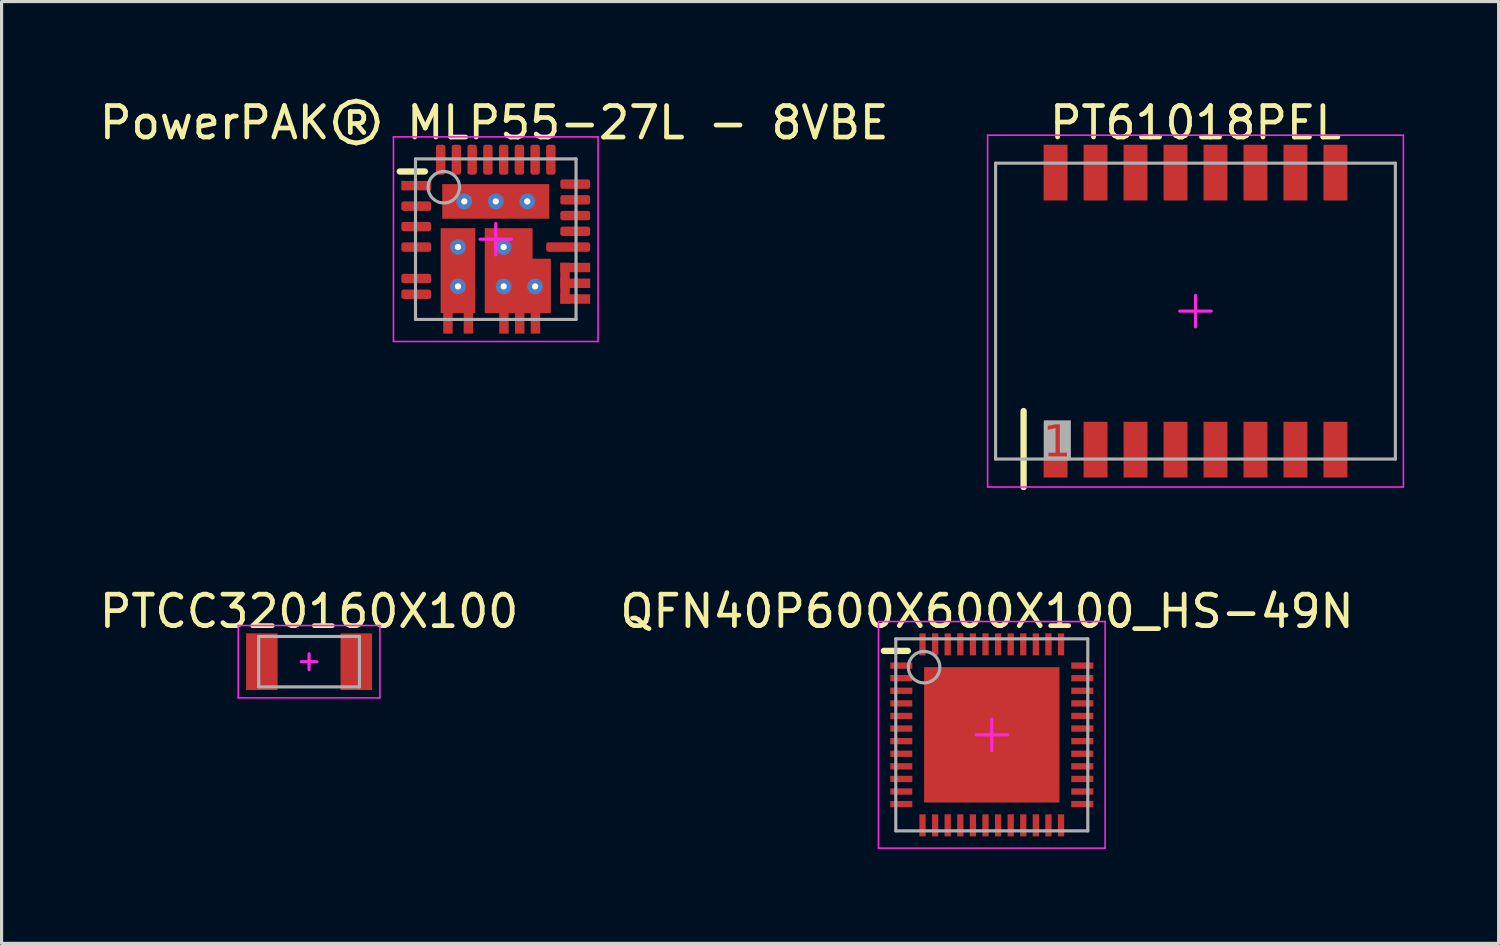
<source format=kicad_pcb>
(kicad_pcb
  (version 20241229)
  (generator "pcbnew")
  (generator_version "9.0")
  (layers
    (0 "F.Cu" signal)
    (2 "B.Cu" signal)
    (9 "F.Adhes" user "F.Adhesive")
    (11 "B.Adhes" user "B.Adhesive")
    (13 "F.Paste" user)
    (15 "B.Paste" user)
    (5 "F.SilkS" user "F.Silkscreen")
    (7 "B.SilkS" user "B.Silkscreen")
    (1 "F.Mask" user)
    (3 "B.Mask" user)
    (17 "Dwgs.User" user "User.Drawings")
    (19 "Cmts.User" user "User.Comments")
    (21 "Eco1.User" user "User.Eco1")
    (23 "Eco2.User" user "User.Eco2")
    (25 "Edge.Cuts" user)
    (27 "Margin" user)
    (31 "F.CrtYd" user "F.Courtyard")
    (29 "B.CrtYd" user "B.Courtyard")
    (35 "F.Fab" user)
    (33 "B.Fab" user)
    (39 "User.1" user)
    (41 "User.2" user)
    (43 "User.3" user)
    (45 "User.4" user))
  (footprint "PT61018PEL"
    (layer "F.Cu")
    (at 34.927 6.833)
    (property "Reference" "PT61018PEL" (at 0 -5.985 0) (layer "F.SilkS") (effects (font (size 1 1) (thickness 0.15))))
    (fp_line (start -5.461 5.588) (end -5.461 3.175) (stroke (width 0.2) (type solid)) (layer "F.SilkS"))
    (fp_line (start -6.604 -5.588) (end 6.604 -5.588) (stroke (width 0.05) (type solid)) (layer "F.CrtYd"))
    (fp_line (start -6.604 5.588) (end -6.604 -5.588) (stroke (width 0.05) (type solid)) (layer "F.CrtYd"))
    (fp_line (start -6.604 5.588) (end 6.604 5.588) (stroke (width 0.05) (type solid)) (layer "F.CrtYd"))
    (fp_line (start -0.5 0) (end 0.5 0) (stroke (width 0.1) (type solid)) (layer "F.CrtYd"))
    (fp_line (start 0 0.5) (end 0 -0.5) (stroke (width 0.1) (type solid)) (layer "F.CrtYd"))
    (fp_line (start 6.604 5.588) (end 6.604 -5.588) (stroke (width 0.05) (type solid)) (layer "F.CrtYd"))
    (fp_line (start -6.35 -4.699) (end 6.35 -4.699) (stroke (width 0.1) (type solid)) (layer "F.Fab"))
    (fp_line (start -6.35 4.699) (end -6.35 -4.699) (stroke (width 0.1) (type solid)) (layer "F.Fab"))
    (fp_line (start -6.35 4.699) (end 6.35 4.699) (stroke (width 0.1) (type solid)) (layer "F.Fab"))
    (fp_line (start 6.35 4.699) (end 6.35 -4.699) (stroke (width 0.1) (type solid)) (layer "F.Fab"))
    (fp_text user "1" (at -4.4 4.2 0) (unlocked yes) (layer "F.Fab" knockout) (effects (font (face "Arial") (size 1 1) (thickness 0.254))))
    (pad "1" smd rect (at -4.445 4.4) (size 0.76 1.77) (layers "F.Cu" "F.Mask" "F.Paste"))
    (pad "2" smd rect (at -3.175 4.4) (size 0.76 1.77) (layers "F.Cu" "F.Mask" "F.Paste"))
    (pad "3" smd rect (at -1.905 4.4) (size 0.76 1.77) (layers "F.Cu" "F.Mask" "F.Paste"))
    (pad "4" smd rect (at -0.635 4.4) (size 0.76 1.77) (layers "F.Cu" "F.Mask" "F.Paste"))
    (pad "5" smd rect (at 0.635 4.4) (size 0.76 1.77) (layers "F.Cu" "F.Mask" "F.Paste"))
    (pad "6" smd rect (at 1.905 4.4) (size 0.76 1.77) (layers "F.Cu" "F.Mask" "F.Paste"))
    (pad "7" smd rect (at 3.175 4.4) (size 0.76 1.77) (layers "F.Cu" "F.Mask" "F.Paste"))
    (pad "8" smd rect (at 4.445 4.4) (size 0.76 1.77) (layers "F.Cu" "F.Mask" "F.Paste"))
    (pad "9" smd rect (at 4.445 -4.4 180) (size 0.76 1.77) (layers "F.Cu" "F.Mask" "F.Paste"))
    (pad "10" smd rect (at 3.175 -4.4 180) (size 0.76 1.77) (layers "F.Cu" "F.Mask" "F.Paste"))
    (pad "11" smd rect (at 1.905 -4.4 180) (size 0.76 1.77) (layers "F.Cu" "F.Mask" "F.Paste"))
    (pad "12" smd rect (at 0.635 -4.4 180) (size 0.76 1.77) (layers "F.Cu" "F.Mask" "F.Paste"))
    (pad "13" smd rect (at -0.635 -4.4 180) (size 0.76 1.77) (layers "F.Cu" "F.Mask" "F.Paste"))
    (pad "14" smd rect (at -1.905 -4.4 180) (size 0.76 1.77) (layers "F.Cu" "F.Mask" "F.Paste"))
    (pad "15" smd rect (at -3.175 -4.4 180) (size 0.76 1.77) (layers "F.Cu" "F.Mask" "F.Paste"))
    (pad "16" smd rect (at -4.445 -4.4 180) (size 0.76 1.77) (layers "F.Cu" "F.Mask" "F.Paste")))
  (footprint "PowerPAK® MLP55-27L - 8VBE"
    (layer "F.Cu")
    (at 12.699 4.548)
    (property "Reference" "PowerPAK® MLP55-27L - 8VBE" (at -0.05 -3.7 0) (layer "F.SilkS") (effects (font (size 1 1) (thickness 0.15))))
    (fp_rect (start 1.974 2.05) (end 3.05 0.7) (stroke (width 0) (type default)) (fill yes) (layer "F.Mask"))
    (fp_poly (pts (xy 1.827 0.547) (xy 1.2 0.547) (xy 1.2 2.413) (xy 1.827 2.413)) (stroke (width 0) (type default)) (fill yes) (layer "F.Mask"))
    (fp_line (start -3.05 -2.15) (end -2.25 -2.15) (stroke (width 0.2) (type solid)) (layer "F.SilkS"))
    (fp_rect (start 2.05 1.95) (end 2.35 0.75) (stroke (width 0) (type default)) (fill yes) (layer "F.Paste"))
    (fp_poly (pts (xy -1.75 -0.35) (xy -1.28 -0.35) (xy -1.28 0.17) (xy -1.75 0.17)) (stroke (width 0) (type default)) (fill yes) (layer "F.Paste"))
    (fp_poly (pts (xy -1.75 1.4) (xy -1.75 0.33) (xy -1.28 0.33) (xy -1.28 1.4)) (stroke (width 0) (type default)) (fill yes) (layer "F.Paste"))
    (fp_poly (pts (xy -1.75 2.35) (xy -1.28 2.35) (xy -1.28 1.58) (xy -1.75 1.58)) (stroke (width 0) (type default)) (fill yes) (layer "F.Paste"))
    (fp_poly (pts (xy -0.92 -1.28) (xy -0.92 -1.75) (xy -0.08 -1.75) (xy -0.08 -1.28)) (stroke (width 0) (type default)) (fill yes) (layer "F.Paste"))
    (fp_poly (pts (xy -0.92 -1.12) (xy -0.92 -0.65) (xy -0.08 -0.65) (xy -0.08 -1.12)) (stroke (width 0) (type default)) (fill yes) (layer "F.Paste"))
    (fp_poly (pts (xy -0.65 -0.35) (xy -1.12 -0.35) (xy -1.12 0.17) (xy -0.65 0.17)) (stroke (width 0) (type default)) (fill yes) (layer "F.Paste"))
    (fp_poly (pts (xy -0.65 1.4) (xy -0.65 0.33) (xy -1.12 0.33) (xy -1.12 1.4)) (stroke (width 0) (type default)) (fill yes) (layer "F.Paste"))
    (fp_poly (pts (xy -0.65 2.35) (xy -1.12 2.35) (xy -1.12 1.58) (xy -0.65 1.58)) (stroke (width 0) (type default)) (fill yes) (layer "F.Paste"))
    (fp_poly (pts (xy -0.35 -0.35) (xy 0.17 -0.35) (xy 0.17 0.17) (xy -0.35 0.17)) (stroke (width 0) (type default)) (fill yes) (layer "F.Paste"))
    (fp_poly (pts (xy -0.35 2.35) (xy 1.75 2.35) (xy 1.75 1.6) (xy -0.35 1.6)) (stroke (width 0) (type default)) (fill yes) (layer "F.Paste"))
    (fp_poly (pts (xy 0.17 0.32) (xy -0.346 0.32) (xy -0.346 1.42) (xy 0.17 1.42)) (stroke (width 0) (type default)) (fill yes) (layer "F.Paste"))
    (fp_poly (pts (xy 0.33 1.42) (xy 0.33 0.32) (xy 1.167 0.32) (xy 1.167 1.42)) (stroke (width 0) (type default)) (fill yes) (layer "F.Paste"))
    (fp_poly (pts (xy 0.92 -1.28) (xy 0.92 -1.75) (xy 0.08 -1.75) (xy 0.08 -1.28)) (stroke (width 0) (type default)) (fill yes) (layer "F.Paste"))
    (fp_poly (pts (xy 0.92 -1.12) (xy 0.92 -0.65) (xy 0.08 -0.65) (xy 0.08 -1.12)) (stroke (width 0) (type default)) (fill yes) (layer "F.Paste"))
    (fp_poly (pts (xy 1.169 -0.35) (xy 0.33 -0.35) (xy 0.33 0.17) (xy 1.169 0.17)) (stroke (width 0) (type default)) (fill yes) (layer "F.Paste"))
    (fp_poly (pts (xy 1.75 0.62) (xy 1.35 0.62) (xy 1.35 1.42) (xy 1.75 1.42)) (stroke (width 0) (type default)) (fill yes) (layer "F.Paste"))
    (fp_poly (pts (xy -1.7 -1.5) (xy -1.7 -1.75) (xy -1.08 -1.75) (xy -1.08 -1.28) (xy -1.7 -1.28)) (stroke (width 0) (type default)) (fill yes) (layer "F.Paste"))
    (fp_poly (pts (xy -1.7 -0.9) (xy -1.7 -0.65) (xy -1.08 -0.65) (xy -1.08 -1.12) (xy -1.7 -1.12)) (stroke (width 0) (type default)) (fill yes) (layer "F.Paste"))
    (fp_poly (pts (xy 1.7 -1.5) (xy 1.7 -1.75) (xy 1.08 -1.75) (xy 1.08 -1.28) (xy 1.7 -1.28)) (stroke (width 0) (type default)) (fill yes) (layer "F.Paste"))
    (fp_poly (pts (xy 1.7 -0.9) (xy 1.7 -0.65) (xy 1.08 -0.65) (xy 1.08 -1.12) (xy 1.7 -1.12)) (stroke (width 0) (type default)) (fill yes) (layer "F.Paste"))
    (fp_line (start -3.25 -3.25) (end 3.25 -3.25) (stroke (width 0.05) (type solid)) (layer "F.CrtYd"))
    (fp_line (start -3.25 3.25) (end -3.25 -3.25) (stroke (width 0.05) (type solid)) (layer "F.CrtYd"))
    (fp_line (start -3.25 3.25) (end 3.25 3.25) (stroke (width 0.05) (type solid)) (layer "F.CrtYd"))
    (fp_line (start -0.5 0) (end 0.5 0) (stroke (width 0.1) (type solid)) (layer "F.CrtYd"))
    (fp_line (start 0 0.5) (end 0 -0.5) (stroke (width 0.1) (type solid)) (layer "F.CrtYd"))
    (fp_line (start 3.25 3.25) (end 3.25 -3.25) (stroke (width 0.05) (type solid)) (layer "F.CrtYd"))
    (fp_line (start -2.55 -2.55) (end 2.55 -2.55) (stroke (width 0.1) (type solid)) (layer "F.Fab"))
    (fp_line (start -2.55 2.55) (end -2.55 -2.55) (stroke (width 0.1) (type solid)) (layer "F.Fab"))
    (fp_line (start -2.55 2.55) (end 2.55 2.55) (stroke (width 0.1) (type solid)) (layer "F.Fab"))
    (fp_line (start 2.55 2.55) (end 2.55 -2.55) (stroke (width 0.1) (type solid)) (layer "F.Fab"))
    (fp_circle (center -1.65 -1.65) (end -1.65 -2.15) (stroke (width 0.1) (type solid)) (fill no) (layer "F.Fab"))
    (pad "1" smd rect (at -2.525 -1.7 90) (size 0.3 0.95) (layers "F.Cu" "F.Mask" "F.Paste"))
    (pad "2" smd roundrect (at -2.525 -1.05 90) (size 0.3 0.95) (layers "F.Cu" "F.Mask" "F.Paste") (roundrect_rratio 0.25))
    (pad "3" smd roundrect (at -2.525 -0.4 90) (size 0.3 0.95) (layers "F.Cu" "F.Mask" "F.Paste") (roundrect_rratio 0.25))
    (pad "4" smd roundrect (at -2.525 0.25 90) (size 0.3 0.95) (layers "F.Cu" "F.Mask" "F.Paste") (roundrect_rratio 0.25))
    (pad "5" smd roundrect (at -2.525 1.25 90) (size 0.3 0.95) (layers "F.Cu" "F.Mask" "F.Paste") (roundrect_rratio 0.25))
    (pad "6" smd roundrect (at -2.525 1.75 90) (size 0.3 0.95) (layers "F.Cu" "F.Mask" "F.Paste") (roundrect_rratio 0.25))
    (pad "7" smd rect (at -1.52 2.525) (size 0.3 0.95) (layers "F.Cu" "F.Mask" "F.Paste"))
    (pad "8" smd rect (at -0.87 2.525) (size 0.3 0.95) (layers "F.Cu" "F.Mask" "F.Paste"))
    (pad "9" smd rect (at 0.26 2.525) (size 0.3 0.95) (layers "F.Cu" "F.Mask" "F.Paste"))
    (pad "10" smd rect (at 0.76 2.525) (size 0.3 0.95) (layers "F.Cu" "F.Mask" "F.Paste"))
    (pad "11" smd rect (at 1.26 2.525) (size 0.3 0.95) (layers "F.Cu" "F.Mask" "F.Paste"))
    (pad "11" smd rect (at 1.4 1.485) (size 0.7 1.73) (layers "F.Cu"))
    (pad "12" smd rect (at 2.525 1.9 90) (size 0.3 0.95) (layers "F.Cu" "F.Mask" "F.Paste"))
    (pad "13" smd rect (at 2.525 1.4 90) (size 0.3 0.95) (layers "F.Cu" "F.Mask" "F.Paste"))
    (pad "14" smd rect (at 2.2 1.4) (size 0.3 1.3) (layers "F.Cu"))
    (pad "14" smd rect (at 2.525 0.9 90) (size 0.3 0.95) (layers "F.Cu" "F.Mask" "F.Paste"))
    (pad "15" smd roundrect (at 2.3 0.25 90) (size 0.3 1.4) (layers "F.Cu" "F.Mask" "F.Paste") (roundrect_rratio 0.25))
    (pad "16" smd roundrect (at 2.525 -0.25 90) (size 0.3 0.95) (layers "F.Cu" "F.Mask" "F.Paste") (roundrect_rratio 0.25))
    (pad "17" smd roundrect (at 2.525 -0.75 90) (size 0.3 0.95) (layers "F.Cu" "F.Mask" "F.Paste") (roundrect_rratio 0.25))
    (pad "18" smd roundrect (at 2.525 -1.25 90) (size 0.3 0.95) (layers "F.Cu" "F.Mask" "F.Paste") (roundrect_rratio 0.25))
    (pad "19" smd roundrect (at 2.525 -1.75 90) (size 0.3 0.95) (layers "F.Cu" "F.Mask" "F.Paste") (roundrect_rratio 0.25))
    (pad "20" smd roundrect (at 1.75 -2.525) (size 0.3 0.95) (layers "F.Cu" "F.Mask" "F.Paste") (roundrect_rratio 0.25))
    (pad "21" smd roundrect (at 1.25 -2.525) (size 0.3 0.95) (layers "F.Cu" "F.Mask" "F.Paste") (roundrect_rratio 0.25))
    (pad "22" smd roundrect (at 0.75 -2.525) (size 0.3 0.95) (layers "F.Cu" "F.Mask" "F.Paste") (roundrect_rratio 0.25))
    (pad "23" smd roundrect (at 0.25 -2.525) (size 0.3 0.95) (layers "F.Cu" "F.Mask" "F.Paste") (roundrect_rratio 0.25))
    (pad "24" smd roundrect (at -0.25 -2.525) (size 0.3 0.95) (layers "F.Cu" "F.Mask" "F.Paste") (roundrect_rratio 0.25))
    (pad "25" smd roundrect (at -0.75 -2.525) (size 0.3 0.95) (layers "F.Cu" "F.Mask" "F.Paste") (roundrect_rratio 0.25))
    (pad "26" smd roundrect (at -1.25 -2.525) (size 0.3 0.95) (layers "F.Cu" "F.Mask" "F.Paste") (roundrect_rratio 0.25))
    (pad "27" smd roundrect (at -1.75 -2.525) (size 0.3 0.95) (layers "F.Cu" "F.Mask" "F.Paste") (roundrect_rratio 0.25))
    (pad "28" thru_hole circle (at -1 -1.2) (size 0.5 0.5) (drill 0.2) (layers "*.Cu" "*.Mask"))
    (pad "28" thru_hole circle (at 0 -1.2) (size 0.5 0.5) (drill 0.2) (layers "*.Cu" "*.Mask"))
    (pad "28" smd rect (at 0 -1.2) (size 3.4 1.1) (layers "F.Cu" "F.Mask" "F.Paste"))
    (pad "28" thru_hole circle (at 1 -1.2) (size 0.5 0.5) (drill 0.2) (layers "*.Cu" "*.Mask"))
    (pad "29" thru_hole circle (at -1.2 0.25) (size 0.5 0.5) (drill 0.2) (layers "*.Cu" "*.Mask"))
    (pad "29" smd rect (at -1.2 1) (size 1.1 2.7) (layers "F.Cu" "F.Mask" "F.Paste"))
    (pad "29" thru_hole circle (at -1.2 1.5) (size 0.5 0.5) (drill 0.2) (layers "*.Cu" "*.Mask"))
    (pad "30" thru_hole circle (at 0.25 0.25) (size 0.5 0.5) (drill 0.2) (layers "*.Cu" "*.Mask"))
    (pad "30" thru_hole circle (at 0.25 1.5) (size 0.5 0.5) (drill 0.2) (layers "*.Cu" "*.Mask"))
    (pad "30" smd rect (at 0.41 1) (size 1.52 2.7) (layers "F.Cu" "F.Mask" "F.Paste"))
    (pad "30" thru_hole circle (at 1.25 1.5) (size 0.5 0.5) (drill 0.2) (layers "*.Cu" "*.Mask")))
  (footprint "PTCC320160X100"
    (layer "F.Cu")
    (at 6.768 17.97)
    (property "Reference" "PTCC320160X100" (at 0 -1.6 0) (layer "F.SilkS") (effects (font (size 1 1) (thickness 0.15))))
    (fp_line (start -2.25 -1.15) (end 2.25 -1.15) (stroke (width 0.05) (type solid)) (layer "F.CrtYd"))
    (fp_line (start -2.25 1.15) (end -2.25 -1.15) (stroke (width 0.05) (type solid)) (layer "F.CrtYd"))
    (fp_line (start -2.25 1.15) (end 2.25 1.15) (stroke (width 0.05) (type solid)) (layer "F.CrtYd"))
    (fp_line (start -0.25 0) (end 0.25 0) (stroke (width 0.1) (type solid)) (layer "F.CrtYd"))
    (fp_line (start 0 0.25) (end 0 -0.25) (stroke (width 0.1) (type solid)) (layer "F.CrtYd"))
    (fp_line (start 2.25 1.15) (end 2.25 -1.15) (stroke (width 0.05) (type solid)) (layer "F.CrtYd"))
    (fp_line (start -1.6 -0.8) (end 1.6 -0.8) (stroke (width 0.1) (type solid)) (layer "F.Fab"))
    (fp_line (start -1.6 0.8) (end -1.6 -0.8) (stroke (width 0.1) (type solid)) (layer "F.Fab"))
    (fp_line (start -1.6 0.8) (end 1.6 0.8) (stroke (width 0.1) (type solid)) (layer "F.Fab"))
    (fp_line (start 1.6 0.8) (end 1.6 -0.8) (stroke (width 0.1) (type solid)) (layer "F.Fab"))
    (pad "1" smd rect (at -1.5 0) (size 1 1.8) (layers "F.Cu" "F.Mask" "F.Paste"))
    (pad "2" smd rect (at 1.5 0) (size 1 1.8) (layers "F.Cu" "F.Mask" "F.Paste")))
  (footprint "QFN40P600X600X100_HS-49N"
    (layer "F.Cu")
    (at 28.456 20.294)
    (property "Reference" "QFN40P600X600X100_HS-49N" (at -0.152 -3.925 0) (layer "F.SilkS") (effects (font (size 1 1) (thickness 0.15))))
    (fp_line (start -3.429 -2.667) (end -2.667 -2.667) (stroke (width 0.2) (type solid)) (layer "F.SilkS"))
    (fp_rect (start -2.075 -0.825) (end -0.825 -2.075) (stroke (width 0) (type default)) (fill yes) (layer "F.Paste"))
    (fp_rect (start -2.075 0.625) (end -0.825 -0.625) (stroke (width 0) (type default)) (fill yes) (layer "F.Paste"))
    (fp_rect (start -2.075 2.075) (end -0.825 0.825) (stroke (width 0) (type default)) (fill yes) (layer "F.Paste"))
    (fp_rect (start -0.625 -0.825) (end 0.625 -2.075) (stroke (width 0) (type default)) (fill yes) (layer "F.Paste"))
    (fp_rect (start -0.625 0.625) (end 0.625 -0.625) (stroke (width 0) (type default)) (fill yes) (layer "F.Paste"))
    (fp_rect (start -0.625 2.075) (end 0.625 0.825) (stroke (width 0) (type default)) (fill yes) (layer "F.Paste"))
    (fp_rect (start 0.825 -0.825) (end 2.075 -2.075) (stroke (width 0) (type default)) (fill yes) (layer "F.Paste"))
    (fp_rect (start 0.825 0.625) (end 2.075 -0.625) (stroke (width 0) (type default)) (fill yes) (layer "F.Paste"))
    (fp_rect (start 0.825 2.075) (end 2.075 0.825) (stroke (width 0) (type default)) (fill yes) (layer "F.Paste"))
    (fp_line (start -3.6 -3.6) (end 3.6 -3.6) (stroke (width 0.05) (type solid)) (layer "F.CrtYd"))
    (fp_line (start -3.6 3.6) (end -3.6 -3.6) (stroke (width 0.05) (type solid)) (layer "F.CrtYd"))
    (fp_line (start -3.6 3.6) (end 3.6 3.6) (stroke (width 0.05) (type solid)) (layer "F.CrtYd"))
    (fp_line (start -0.5 0) (end 0.5 0) (stroke (width 0.1) (type solid)) (layer "F.CrtYd"))
    (fp_line (start 0 0.5) (end 0 -0.5) (stroke (width 0.1) (type solid)) (layer "F.CrtYd"))
    (fp_line (start 3.6 3.6) (end 3.6 -3.6) (stroke (width 0.05) (type solid)) (layer "F.CrtYd"))
    (fp_line (start -3.05 -3.05) (end 3.05 -3.05) (stroke (width 0.1) (type solid)) (layer "F.Fab"))
    (fp_line (start -3.05 3.05) (end -3.05 -3.05) (stroke (width 0.1) (type solid)) (layer "F.Fab"))
    (fp_line (start -3.05 3.05) (end 3.05 3.05) (stroke (width 0.1) (type solid)) (layer "F.Fab"))
    (fp_line (start 3.05 3.05) (end 3.05 -3.05) (stroke (width 0.1) (type solid)) (layer "F.Fab"))
    (fp_circle (center -2.15 -2.15) (end -2.15 -2.65) (stroke (width 0.1) (type solid)) (fill no) (layer "F.Fab"))
    (pad "1" smd rect (at -2.875 -2.2 90) (size 0.2 0.7) (layers "F.Cu" "F.Mask" "F.Paste"))
    (pad "2" smd rect (at -2.875 -1.8 90) (size 0.2 0.7) (layers "F.Cu" "F.Mask" "F.Paste"))
    (pad "3" smd rect (at -2.875 -1.4 90) (size 0.2 0.7) (layers "F.Cu" "F.Mask" "F.Paste"))
    (pad "4" smd rect (at -2.875 -1 90) (size 0.2 0.7) (layers "F.Cu" "F.Mask" "F.Paste"))
    (pad "5" smd rect (at -2.875 -0.6 90) (size 0.2 0.7) (layers "F.Cu" "F.Mask" "F.Paste"))
    (pad "6" smd rect (at -2.875 -0.2 90) (size 0.2 0.7) (layers "F.Cu" "F.Mask" "F.Paste"))
    (pad "7" smd rect (at -2.875 0.2 90) (size 0.2 0.7) (layers "F.Cu" "F.Mask" "F.Paste"))
    (pad "8" smd rect (at -2.875 0.6 90) (size 0.2 0.7) (layers "F.Cu" "F.Mask" "F.Paste"))
    (pad "9" smd rect (at -2.875 1 90) (size 0.2 0.7) (layers "F.Cu" "F.Mask" "F.Paste"))
    (pad "10" smd rect (at -2.875 1.4 90) (size 0.2 0.7) (layers "F.Cu" "F.Mask" "F.Paste"))
    (pad "11" smd rect (at -2.875 1.8 90) (size 0.2 0.7) (layers "F.Cu" "F.Mask" "F.Paste"))
    (pad "12" smd rect (at -2.875 2.2 90) (size 0.2 0.7) (layers "F.Cu" "F.Mask" "F.Paste"))
    (pad "13" smd rect (at -2.2 2.875) (size 0.2 0.7) (layers "F.Cu" "F.Mask" "F.Paste"))
    (pad "14" smd rect (at -1.8 2.875) (size 0.2 0.7) (layers "F.Cu" "F.Mask" "F.Paste"))
    (pad "15" smd rect (at -1.4 2.875) (size 0.2 0.7) (layers "F.Cu" "F.Mask" "F.Paste"))
    (pad "16" smd rect (at -1 2.875) (size 0.2 0.7) (layers "F.Cu" "F.Mask" "F.Paste"))
    (pad "17" smd rect (at -0.6 2.875) (size 0.2 0.7) (layers "F.Cu" "F.Mask" "F.Paste"))
    (pad "18" smd rect (at -0.2 2.875) (size 0.2 0.7) (layers "F.Cu" "F.Mask" "F.Paste"))
    (pad "19" smd rect (at 0.2 2.875) (size 0.2 0.7) (layers "F.Cu" "F.Mask" "F.Paste"))
    (pad "20" smd rect (at 0.6 2.875) (size 0.2 0.7) (layers "F.Cu" "F.Mask" "F.Paste"))
    (pad "21" smd rect (at 1 2.875) (size 0.2 0.7) (layers "F.Cu" "F.Mask" "F.Paste"))
    (pad "22" smd rect (at 1.4 2.875) (size 0.2 0.7) (layers "F.Cu" "F.Mask" "F.Paste"))
    (pad "23" smd rect (at 1.8 2.875) (size 0.2 0.7) (layers "F.Cu" "F.Mask" "F.Paste"))
    (pad "24" smd rect (at 2.2 2.875) (size 0.2 0.7) (layers "F.Cu" "F.Mask" "F.Paste"))
    (pad "25" smd rect (at 2.875 2.2 90) (size 0.2 0.7) (layers "F.Cu" "F.Mask" "F.Paste"))
    (pad "26" smd rect (at 2.875 1.8 90) (size 0.2 0.7) (layers "F.Cu" "F.Mask" "F.Paste"))
    (pad "27" smd rect (at 2.875 1.4 90) (size 0.2 0.7) (layers "F.Cu" "F.Mask" "F.Paste"))
    (pad "28" smd rect (at 2.875 1 90) (size 0.2 0.7) (layers "F.Cu" "F.Mask" "F.Paste"))
    (pad "29" smd rect (at 2.875 0.6 90) (size 0.2 0.7) (layers "F.Cu" "F.Mask" "F.Paste"))
    (pad "30" smd rect (at 2.875 0.2 90) (size 0.2 0.7) (layers "F.Cu" "F.Mask" "F.Paste"))
    (pad "31" smd rect (at 2.875 -0.2 90) (size 0.2 0.7) (layers "F.Cu" "F.Mask" "F.Paste"))
    (pad "32" smd rect (at 2.875 -0.6 90) (size 0.2 0.7) (layers "F.Cu" "F.Mask" "F.Paste"))
    (pad "33" smd rect (at 2.875 -1 90) (size 0.2 0.7) (layers "F.Cu" "F.Mask" "F.Paste"))
    (pad "34" smd rect (at 2.875 -1.4 90) (size 0.2 0.7) (layers "F.Cu" "F.Mask" "F.Paste"))
    (pad "35" smd rect (at 2.875 -1.8 90) (size 0.2 0.7) (layers "F.Cu" "F.Mask" "F.Paste"))
    (pad "36" smd rect (at 2.875 -2.2 90) (size 0.2 0.7) (layers "F.Cu" "F.Mask" "F.Paste"))
    (pad "37" smd rect (at 2.2 -2.875) (size 0.2 0.7) (layers "F.Cu" "F.Mask" "F.Paste"))
    (pad "38" smd rect (at 1.8 -2.875) (size 0.2 0.7) (layers "F.Cu" "F.Mask" "F.Paste"))
    (pad "39" smd rect (at 1.4 -2.875) (size 0.2 0.7) (layers "F.Cu" "F.Mask" "F.Paste"))
    (pad "40" smd rect (at 1 -2.875) (size 0.2 0.7) (layers "F.Cu" "F.Mask" "F.Paste"))
    (pad "41" smd rect (at 0.6 -2.875) (size 0.2 0.7) (layers "F.Cu" "F.Mask" "F.Paste"))
    (pad "42" smd rect (at 0.2 -2.875) (size 0.2 0.7) (layers "F.Cu" "F.Mask" "F.Paste"))
    (pad "43" smd rect (at -0.2 -2.875) (size 0.2 0.7) (layers "F.Cu" "F.Mask" "F.Paste"))
    (pad "44" smd rect (at -0.6 -2.875) (size 0.2 0.7) (layers "F.Cu" "F.Mask" "F.Paste"))
    (pad "45" smd rect (at -1 -2.875) (size 0.2 0.7) (layers "F.Cu" "F.Mask" "F.Paste"))
    (pad "46" smd rect (at -1.4 -2.875) (size 0.2 0.7) (layers "F.Cu" "F.Mask" "F.Paste"))
    (pad "47" smd rect (at -1.8 -2.875) (size 0.2 0.7) (layers "F.Cu" "F.Mask" "F.Paste"))
    (pad "48" smd rect (at -2.2 -2.875) (size 0.2 0.7) (layers "F.Cu" "F.Mask" "F.Paste"))
    (pad "49" smd rect (at 0 0) (size 4.3 4.3) (layers "F.Cu" "F.Mask" "F.Paste")))
  (gr_rect
    (start -3 -3)
    (end 44.556 26.919)
    (stroke (width 0.1) (type default))
    (fill no)
    (layer "Edge.Cuts")))
</source>
